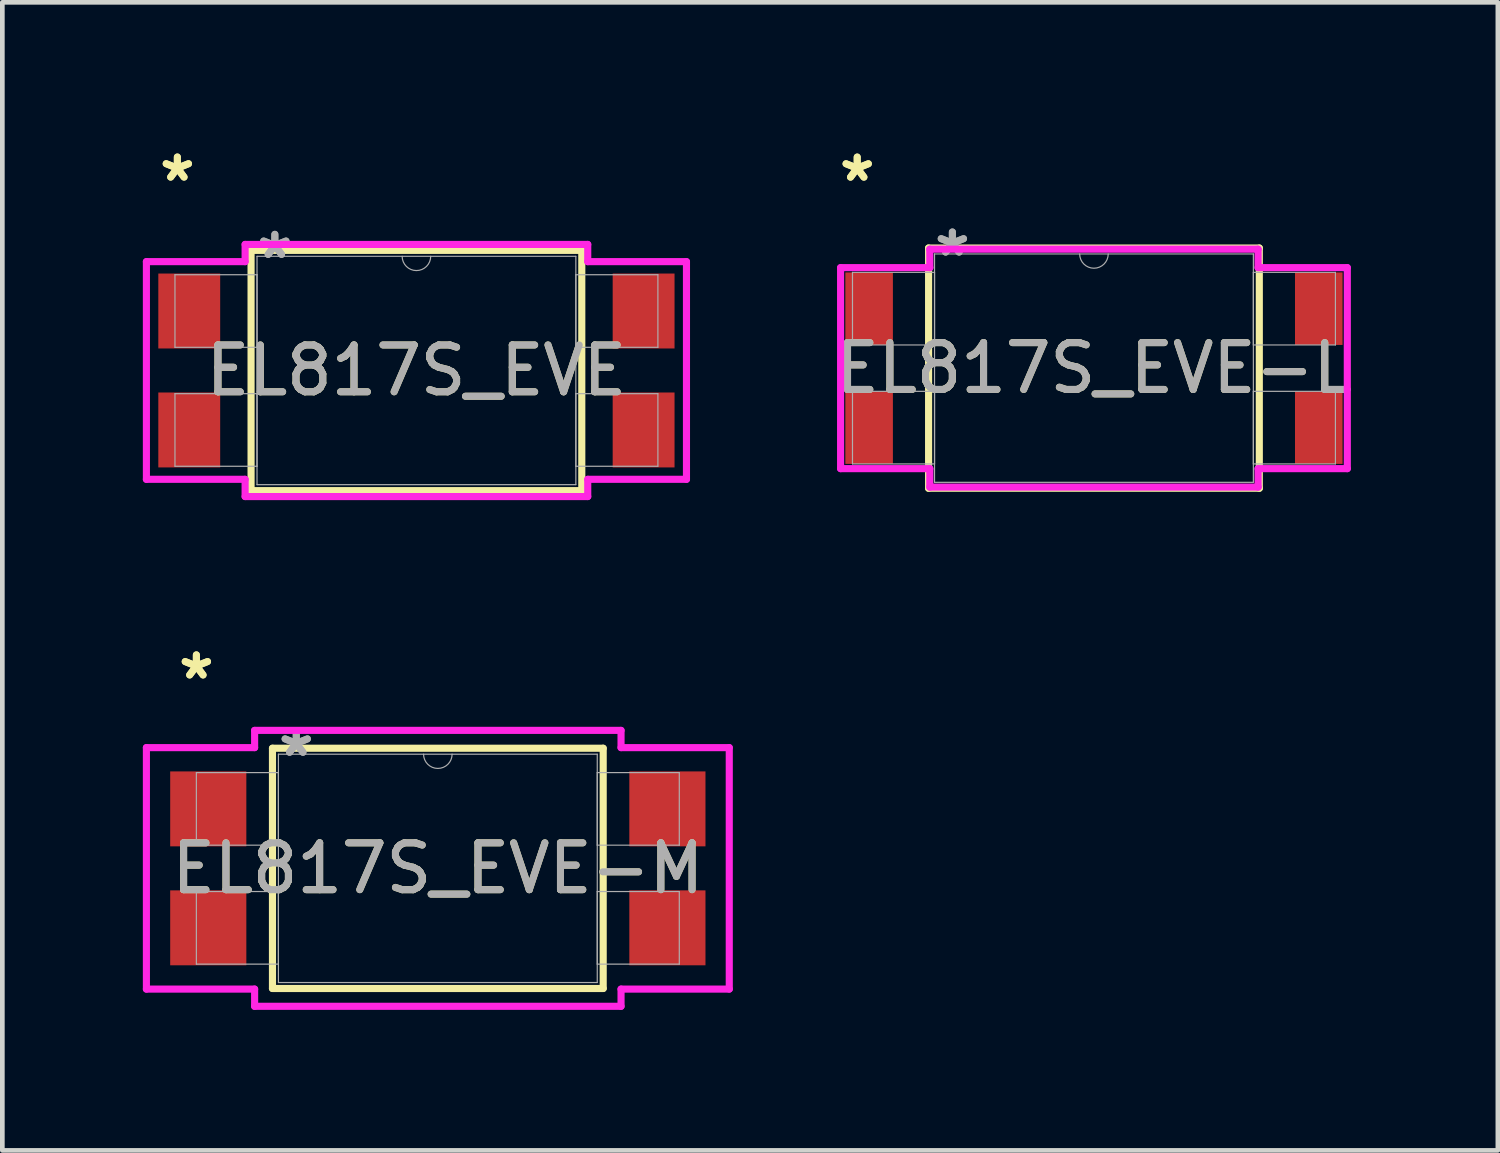
<source format=kicad_pcb>
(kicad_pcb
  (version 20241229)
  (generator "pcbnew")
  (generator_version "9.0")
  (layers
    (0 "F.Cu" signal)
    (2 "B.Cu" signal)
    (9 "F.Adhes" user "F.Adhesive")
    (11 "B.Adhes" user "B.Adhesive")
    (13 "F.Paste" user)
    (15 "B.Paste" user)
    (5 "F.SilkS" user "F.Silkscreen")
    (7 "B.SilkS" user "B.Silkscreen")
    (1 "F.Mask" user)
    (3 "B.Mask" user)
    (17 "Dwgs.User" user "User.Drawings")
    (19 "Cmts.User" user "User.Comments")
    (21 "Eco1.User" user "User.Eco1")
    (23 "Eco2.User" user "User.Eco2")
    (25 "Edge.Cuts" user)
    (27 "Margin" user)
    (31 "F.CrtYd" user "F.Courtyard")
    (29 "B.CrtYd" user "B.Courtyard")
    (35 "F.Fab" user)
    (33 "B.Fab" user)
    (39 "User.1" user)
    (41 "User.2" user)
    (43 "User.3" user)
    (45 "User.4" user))
  (footprint "EL817S_EVE"
    (layer "F.Cu")
    (at 5.842 4.861)
    (property "Reference" "EL817S_EVE" (at 0 0 0) (unlocked yes) (layer "F.SilkS") (effects (font (size 1 1) (thickness 0.15))))
    (attr smd)
    (fp_line (start -3.531 -2.565) (end -3.531 2.565) (stroke (width 0.152) (type solid)) (layer "F.SilkS"))
    (fp_line (start -3.531 2.565) (end 3.531 2.565) (stroke (width 0.152) (type solid)) (layer "F.SilkS"))
    (fp_line (start 3.531 -2.565) (end -3.531 -2.565) (stroke (width 0.152) (type solid)) (layer "F.SilkS"))
    (fp_line (start 3.531 2.565) (end 3.531 -2.565) (stroke (width 0.152) (type solid)) (layer "F.SilkS"))
    (fp_line (start -5.766 -2.324) (end -3.658 -2.324) (stroke (width 0.152) (type solid)) (layer "F.CrtYd"))
    (fp_line (start -5.766 2.324) (end -5.766 -2.324) (stroke (width 0.152) (type solid)) (layer "F.CrtYd"))
    (fp_line (start -5.766 2.324) (end -3.658 2.324) (stroke (width 0.152) (type solid)) (layer "F.CrtYd"))
    (fp_line (start -3.658 -2.692) (end 3.658 -2.692) (stroke (width 0.152) (type solid)) (layer "F.CrtYd"))
    (fp_line (start -3.658 -2.324) (end -3.658 -2.692) (stroke (width 0.152) (type solid)) (layer "F.CrtYd"))
    (fp_line (start -3.658 2.692) (end -3.658 2.324) (stroke (width 0.152) (type solid)) (layer "F.CrtYd"))
    (fp_line (start 3.658 -2.692) (end 3.658 -2.324) (stroke (width 0.152) (type solid)) (layer "F.CrtYd"))
    (fp_line (start 3.658 2.324) (end 3.658 2.692) (stroke (width 0.152) (type solid)) (layer "F.CrtYd"))
    (fp_line (start 3.658 2.692) (end -3.658 2.692) (stroke (width 0.152) (type solid)) (layer "F.CrtYd"))
    (fp_line (start 5.766 -2.324) (end 3.658 -2.324) (stroke (width 0.152) (type solid)) (layer "F.CrtYd"))
    (fp_line (start 5.766 -2.324) (end 5.766 2.324) (stroke (width 0.152) (type solid)) (layer "F.CrtYd"))
    (fp_line (start 5.766 2.324) (end 3.658 2.324) (stroke (width 0.152) (type solid)) (layer "F.CrtYd"))
    (fp_line (start -5.156 -2.045) (end -5.156 -0.495) (stroke (width 0.025) (type solid)) (layer "F.Fab"))
    (fp_line (start -5.156 -0.495) (end -3.404 -0.495) (stroke (width 0.025) (type solid)) (layer "F.Fab"))
    (fp_line (start -5.156 0.495) (end -5.156 2.045) (stroke (width 0.025) (type solid)) (layer "F.Fab"))
    (fp_line (start -5.156 2.045) (end -3.404 2.045) (stroke (width 0.025) (type solid)) (layer "F.Fab"))
    (fp_line (start -3.404 -2.438) (end -3.404 2.438) (stroke (width 0.025) (type solid)) (layer "F.Fab"))
    (fp_line (start -3.404 -2.045) (end -5.156 -2.045) (stroke (width 0.025) (type solid)) (layer "F.Fab"))
    (fp_line (start -3.404 -0.495) (end -3.404 -2.045) (stroke (width 0.025) (type solid)) (layer "F.Fab"))
    (fp_line (start -3.404 0.495) (end -5.156 0.495) (stroke (width 0.025) (type solid)) (layer "F.Fab"))
    (fp_line (start -3.404 2.045) (end -3.404 0.495) (stroke (width 0.025) (type solid)) (layer "F.Fab"))
    (fp_line (start -3.404 2.438) (end 3.404 2.438) (stroke (width 0.025) (type solid)) (layer "F.Fab"))
    (fp_line (start 3.404 -2.438) (end -3.404 -2.438) (stroke (width 0.025) (type solid)) (layer "F.Fab"))
    (fp_line (start 3.404 -2.045) (end 3.404 -0.495) (stroke (width 0.025) (type solid)) (layer "F.Fab"))
    (fp_line (start 3.404 -0.495) (end 5.156 -0.495) (stroke (width 0.025) (type solid)) (layer "F.Fab"))
    (fp_line (start 3.404 0.495) (end 3.404 2.045) (stroke (width 0.025) (type solid)) (layer "F.Fab"))
    (fp_line (start 3.404 2.045) (end 5.156 2.045) (stroke (width 0.025) (type solid)) (layer "F.Fab"))
    (fp_line (start 3.404 2.438) (end 3.404 -2.438) (stroke (width 0.025) (type solid)) (layer "F.Fab"))
    (fp_line (start 5.156 -2.045) (end 3.404 -2.045) (stroke (width 0.025) (type solid)) (layer "F.Fab"))
    (fp_line (start 5.156 -0.495) (end 5.156 -2.045) (stroke (width 0.025) (type solid)) (layer "F.Fab"))
    (fp_line (start 5.156 0.495) (end 3.404 0.495) (stroke (width 0.025) (type solid)) (layer "F.Fab"))
    (fp_line (start 5.156 2.045) (end 5.156 0.495) (stroke (width 0.025) (type solid)) (layer "F.Fab"))
    (fp_arc (start 0.3048 -2.4384) (mid 0 -2.1336) (end -0.3048 -2.4384) (stroke (width 0.0254) (type solid)) (layer "F.Fab"))
    (fp_text user "*" (at -5.105 -4.013 0) (layer "F.SilkS") (effects (font (size 1 1) (thickness 0.15))))
    (fp_text user "*" (at -5.105 -4.013 0) (unlocked yes) (layer "F.SilkS") (effects (font (size 1 1) (thickness 0.15))))
    (fp_text user "${REFERENCE}" (at 0 0 0) (unlocked yes) (layer "F.Fab") (effects (font (size 1 1) (thickness 0.15))))
    (fp_text user "*" (at -3.023 -2.362 0) (unlocked yes) (layer "F.Fab") (effects (font (size 1 1) (thickness 0.15))))
    (fp_text user "*" (at -3.023 -2.362 0) (layer "F.Fab") (effects (font (size 1 1) (thickness 0.15))))
    (pad "1" smd rect (at -4.851 -1.27) (size 1.321 1.6) (layers "F.Cu" "F.Mask" "F.Paste"))
    (pad "2" smd rect (at -4.851 1.27) (size 1.321 1.6) (layers "F.Cu" "F.Mask" "F.Paste"))
    (pad "3" smd rect (at 4.851 1.27) (size 1.321 1.6) (layers "F.Cu" "F.Mask" "F.Paste"))
    (pad "4" smd rect (at 4.851 -1.27) (size 1.321 1.6) (layers "F.Cu" "F.Mask" "F.Paste")))
  (footprint "EL817S_EVE-L"
    (layer "F.Cu")
    (at 20.309 4.811)
    (property "Reference" "EL817S_EVE-L" (at 0 0 0) (unlocked yes) (layer "F.SilkS") (effects (font (size 1 1) (thickness 0.15))))
    (attr smd)
    (fp_line (start -3.531 -2.565) (end -3.531 2.565) (stroke (width 0.152) (type solid)) (layer "F.SilkS"))
    (fp_line (start -3.531 2.565) (end 3.531 2.565) (stroke (width 0.152) (type solid)) (layer "F.SilkS"))
    (fp_line (start 3.531 -2.565) (end -3.531 -2.565) (stroke (width 0.152) (type solid)) (layer "F.SilkS"))
    (fp_line (start 3.531 2.565) (end 3.531 -2.565) (stroke (width 0.152) (type solid)) (layer "F.SilkS"))
    (fp_line (start -5.41 -2.146) (end -3.505 -2.146) (stroke (width 0.152) (type solid)) (layer "F.CrtYd"))
    (fp_line (start -5.41 2.146) (end -5.41 -2.146) (stroke (width 0.152) (type solid)) (layer "F.CrtYd"))
    (fp_line (start -5.41 2.146) (end -3.505 2.146) (stroke (width 0.152) (type solid)) (layer "F.CrtYd"))
    (fp_line (start -3.505 -2.54) (end 3.505 -2.54) (stroke (width 0.152) (type solid)) (layer "F.CrtYd"))
    (fp_line (start -3.505 -2.146) (end -3.505 -2.54) (stroke (width 0.152) (type solid)) (layer "F.CrtYd"))
    (fp_line (start -3.505 2.54) (end -3.505 2.146) (stroke (width 0.152) (type solid)) (layer "F.CrtYd"))
    (fp_line (start 3.505 -2.54) (end 3.505 -2.146) (stroke (width 0.152) (type solid)) (layer "F.CrtYd"))
    (fp_line (start 3.505 2.146) (end 3.505 2.54) (stroke (width 0.152) (type solid)) (layer "F.CrtYd"))
    (fp_line (start 3.505 2.54) (end -3.505 2.54) (stroke (width 0.152) (type solid)) (layer "F.CrtYd"))
    (fp_line (start 5.41 -2.146) (end 3.505 -2.146) (stroke (width 0.152) (type solid)) (layer "F.CrtYd"))
    (fp_line (start 5.41 -2.146) (end 5.41 2.146) (stroke (width 0.152) (type solid)) (layer "F.CrtYd"))
    (fp_line (start 5.41 2.146) (end 3.505 2.146) (stroke (width 0.152) (type solid)) (layer "F.CrtYd"))
    (fp_line (start -5.156 -2.045) (end -5.156 -0.495) (stroke (width 0.025) (type solid)) (layer "F.Fab"))
    (fp_line (start -5.156 -0.495) (end -3.404 -0.495) (stroke (width 0.025) (type solid)) (layer "F.Fab"))
    (fp_line (start -5.156 0.495) (end -5.156 2.045) (stroke (width 0.025) (type solid)) (layer "F.Fab"))
    (fp_line (start -5.156 2.045) (end -3.404 2.045) (stroke (width 0.025) (type solid)) (layer "F.Fab"))
    (fp_line (start -3.404 -2.438) (end -3.404 2.438) (stroke (width 0.025) (type solid)) (layer "F.Fab"))
    (fp_line (start -3.404 -2.045) (end -5.156 -2.045) (stroke (width 0.025) (type solid)) (layer "F.Fab"))
    (fp_line (start -3.404 -0.495) (end -3.404 -2.045) (stroke (width 0.025) (type solid)) (layer "F.Fab"))
    (fp_line (start -3.404 0.495) (end -5.156 0.495) (stroke (width 0.025) (type solid)) (layer "F.Fab"))
    (fp_line (start -3.404 2.045) (end -3.404 0.495) (stroke (width 0.025) (type solid)) (layer "F.Fab"))
    (fp_line (start -3.404 2.438) (end 3.404 2.438) (stroke (width 0.025) (type solid)) (layer "F.Fab"))
    (fp_line (start 3.404 -2.438) (end -3.404 -2.438) (stroke (width 0.025) (type solid)) (layer "F.Fab"))
    (fp_line (start 3.404 -2.045) (end 3.404 -0.495) (stroke (width 0.025) (type solid)) (layer "F.Fab"))
    (fp_line (start 3.404 -0.495) (end 5.156 -0.495) (stroke (width 0.025) (type solid)) (layer "F.Fab"))
    (fp_line (start 3.404 0.495) (end 3.404 2.045) (stroke (width 0.025) (type solid)) (layer "F.Fab"))
    (fp_line (start 3.404 2.045) (end 5.156 2.045) (stroke (width 0.025) (type solid)) (layer "F.Fab"))
    (fp_line (start 3.404 2.438) (end 3.404 -2.438) (stroke (width 0.025) (type solid)) (layer "F.Fab"))
    (fp_line (start 5.156 -2.045) (end 3.404 -2.045) (stroke (width 0.025) (type solid)) (layer "F.Fab"))
    (fp_line (start 5.156 -0.495) (end 5.156 -2.045) (stroke (width 0.025) (type solid)) (layer "F.Fab"))
    (fp_line (start 5.156 0.495) (end 3.404 0.495) (stroke (width 0.025) (type solid)) (layer "F.Fab"))
    (fp_line (start 5.156 2.045) (end 5.156 0.495) (stroke (width 0.025) (type solid)) (layer "F.Fab"))
    (fp_arc (start 0.3048 -2.4384) (mid 0 -2.1336) (end -0.3048 -2.4384) (stroke (width 0.0254) (type solid)) (layer "F.Fab"))
    (fp_text user "*" (at -5.055 -3.962 0) (layer "F.SilkS") (effects (font (size 1 1) (thickness 0.15))))
    (fp_text user "*" (at -5.055 -3.962 0) (unlocked yes) (layer "F.SilkS") (effects (font (size 1 1) (thickness 0.15))))
    (fp_text user "*" (at -3.023 -2.362 0) (layer "F.Fab") (effects (font (size 1 1) (thickness 0.15))))
    (fp_text user "${REFERENCE}" (at 0 0 0) (unlocked yes) (layer "F.Fab") (effects (font (size 1 1) (thickness 0.15))))
    (fp_text user "*" (at -3.023 -2.362 0) (unlocked yes) (layer "F.Fab") (effects (font (size 1 1) (thickness 0.15))))
    (pad "1" smd rect (at -4.801 -1.27) (size 1.016 1.549) (layers "F.Cu" "F.Mask" "F.Paste"))
    (pad "2" smd rect (at -4.801 1.27) (size 1.016 1.549) (layers "F.Cu" "F.Mask" "F.Paste"))
    (pad "3" smd rect (at 4.801 1.27) (size 1.016 1.549) (layers "F.Cu" "F.Mask" "F.Paste"))
    (pad "4" smd rect (at 4.801 -1.27) (size 1.016 1.549) (layers "F.Cu" "F.Mask" "F.Paste")))
  (footprint "EL817S_EVE-M"
    (layer "F.Cu")
    (at 6.299 15.492)
    (property "Reference" "EL817S_EVE-M" (at 0 0 0) (unlocked yes) (layer "F.SilkS") (effects (font (size 1 1) (thickness 0.15))))
    (attr smd)
    (fp_line (start -3.531 -2.565) (end -3.531 2.565) (stroke (width 0.152) (type solid)) (layer "F.SilkS"))
    (fp_line (start -3.531 2.565) (end 3.531 2.565) (stroke (width 0.152) (type solid)) (layer "F.SilkS"))
    (fp_line (start 3.531 -2.565) (end -3.531 -2.565) (stroke (width 0.152) (type solid)) (layer "F.SilkS"))
    (fp_line (start 3.531 2.565) (end 3.531 -2.565) (stroke (width 0.152) (type solid)) (layer "F.SilkS"))
    (fp_line (start -6.223 -2.578) (end -3.912 -2.578) (stroke (width 0.152) (type solid)) (layer "F.CrtYd"))
    (fp_line (start -6.223 2.578) (end -6.223 -2.578) (stroke (width 0.152) (type solid)) (layer "F.CrtYd"))
    (fp_line (start -6.223 2.578) (end -3.912 2.578) (stroke (width 0.152) (type solid)) (layer "F.CrtYd"))
    (fp_line (start -3.912 -2.946) (end 3.912 -2.946) (stroke (width 0.152) (type solid)) (layer "F.CrtYd"))
    (fp_line (start -3.912 -2.578) (end -3.912 -2.946) (stroke (width 0.152) (type solid)) (layer "F.CrtYd"))
    (fp_line (start -3.912 2.946) (end -3.912 2.578) (stroke (width 0.152) (type solid)) (layer "F.CrtYd"))
    (fp_line (start 3.912 -2.946) (end 3.912 -2.578) (stroke (width 0.152) (type solid)) (layer "F.CrtYd"))
    (fp_line (start 3.912 2.578) (end 3.912 2.946) (stroke (width 0.152) (type solid)) (layer "F.CrtYd"))
    (fp_line (start 3.912 2.946) (end -3.912 2.946) (stroke (width 0.152) (type solid)) (layer "F.CrtYd"))
    (fp_line (start 6.223 -2.578) (end 3.912 -2.578) (stroke (width 0.152) (type solid)) (layer "F.CrtYd"))
    (fp_line (start 6.223 -2.578) (end 6.223 2.578) (stroke (width 0.152) (type solid)) (layer "F.CrtYd"))
    (fp_line (start 6.223 2.578) (end 3.912 2.578) (stroke (width 0.152) (type solid)) (layer "F.CrtYd"))
    (fp_line (start -5.156 -2.045) (end -5.156 -0.495) (stroke (width 0.025) (type solid)) (layer "F.Fab"))
    (fp_line (start -5.156 -0.495) (end -3.404 -0.495) (stroke (width 0.025) (type solid)) (layer "F.Fab"))
    (fp_line (start -5.156 0.495) (end -5.156 2.045) (stroke (width 0.025) (type solid)) (layer "F.Fab"))
    (fp_line (start -5.156 2.045) (end -3.404 2.045) (stroke (width 0.025) (type solid)) (layer "F.Fab"))
    (fp_line (start -3.404 -2.438) (end -3.404 2.438) (stroke (width 0.025) (type solid)) (layer "F.Fab"))
    (fp_line (start -3.404 -2.045) (end -5.156 -2.045) (stroke (width 0.025) (type solid)) (layer "F.Fab"))
    (fp_line (start -3.404 -0.495) (end -3.404 -2.045) (stroke (width 0.025) (type solid)) (layer "F.Fab"))
    (fp_line (start -3.404 0.495) (end -5.156 0.495) (stroke (width 0.025) (type solid)) (layer "F.Fab"))
    (fp_line (start -3.404 2.045) (end -3.404 0.495) (stroke (width 0.025) (type solid)) (layer "F.Fab"))
    (fp_line (start -3.404 2.438) (end 3.404 2.438) (stroke (width 0.025) (type solid)) (layer "F.Fab"))
    (fp_line (start 3.404 -2.438) (end -3.404 -2.438) (stroke (width 0.025) (type solid)) (layer "F.Fab"))
    (fp_line (start 3.404 -2.045) (end 3.404 -0.495) (stroke (width 0.025) (type solid)) (layer "F.Fab"))
    (fp_line (start 3.404 -0.495) (end 5.156 -0.495) (stroke (width 0.025) (type solid)) (layer "F.Fab"))
    (fp_line (start 3.404 0.495) (end 3.404 2.045) (stroke (width 0.025) (type solid)) (layer "F.Fab"))
    (fp_line (start 3.404 2.045) (end 5.156 2.045) (stroke (width 0.025) (type solid)) (layer "F.Fab"))
    (fp_line (start 3.404 2.438) (end 3.404 -2.438) (stroke (width 0.025) (type solid)) (layer "F.Fab"))
    (fp_line (start 5.156 -2.045) (end 3.404 -2.045) (stroke (width 0.025) (type solid)) (layer "F.Fab"))
    (fp_line (start 5.156 -0.495) (end 5.156 -2.045) (stroke (width 0.025) (type solid)) (layer "F.Fab"))
    (fp_line (start 5.156 0.495) (end 3.404 0.495) (stroke (width 0.025) (type solid)) (layer "F.Fab"))
    (fp_line (start 5.156 2.045) (end 5.156 0.495) (stroke (width 0.025) (type solid)) (layer "F.Fab"))
    (fp_arc (start 0.3048 -2.4384) (mid 0 -2.1336) (end -0.3048 -2.4384) (stroke (width 0.0254) (type solid)) (layer "F.Fab"))
    (fp_text user "*" (at -5.156 -4.013 0) (unlocked yes) (layer "F.SilkS") (effects (font (size 1 1) (thickness 0.15))))
    (fp_text user "*" (at -5.156 -4.013 0) (layer "F.SilkS") (effects (font (size 1 1) (thickness 0.15))))
    (fp_text user "*" (at -3.023 -2.362 0) (unlocked yes) (layer "F.Fab") (effects (font (size 1 1) (thickness 0.15))))
    (fp_text user "*" (at -3.023 -2.362 0) (layer "F.Fab") (effects (font (size 1 1) (thickness 0.15))))
    (fp_text user "${REFERENCE}" (at 0 0 0) (unlocked yes) (layer "F.Fab") (effects (font (size 1 1) (thickness 0.15))))
    (pad "1" smd rect (at -4.902 -1.27) (size 1.626 1.6) (layers "F.Cu" "F.Mask" "F.Paste"))
    (pad "2" smd rect (at -4.902 1.27) (size 1.626 1.6) (layers "F.Cu" "F.Mask" "F.Paste"))
    (pad "3" smd rect (at 4.902 1.27) (size 1.626 1.6) (layers "F.Cu" "F.Mask" "F.Paste"))
    (pad "4" smd rect (at 4.902 -1.27) (size 1.626 1.6) (layers "F.Cu" "F.Mask" "F.Paste")))
  (gr_rect
    (start -3 -3)
    (end 28.934 21.514)
    (stroke (width 0.1) (type default))
    (fill no)
    (layer "Edge.Cuts")))
</source>
